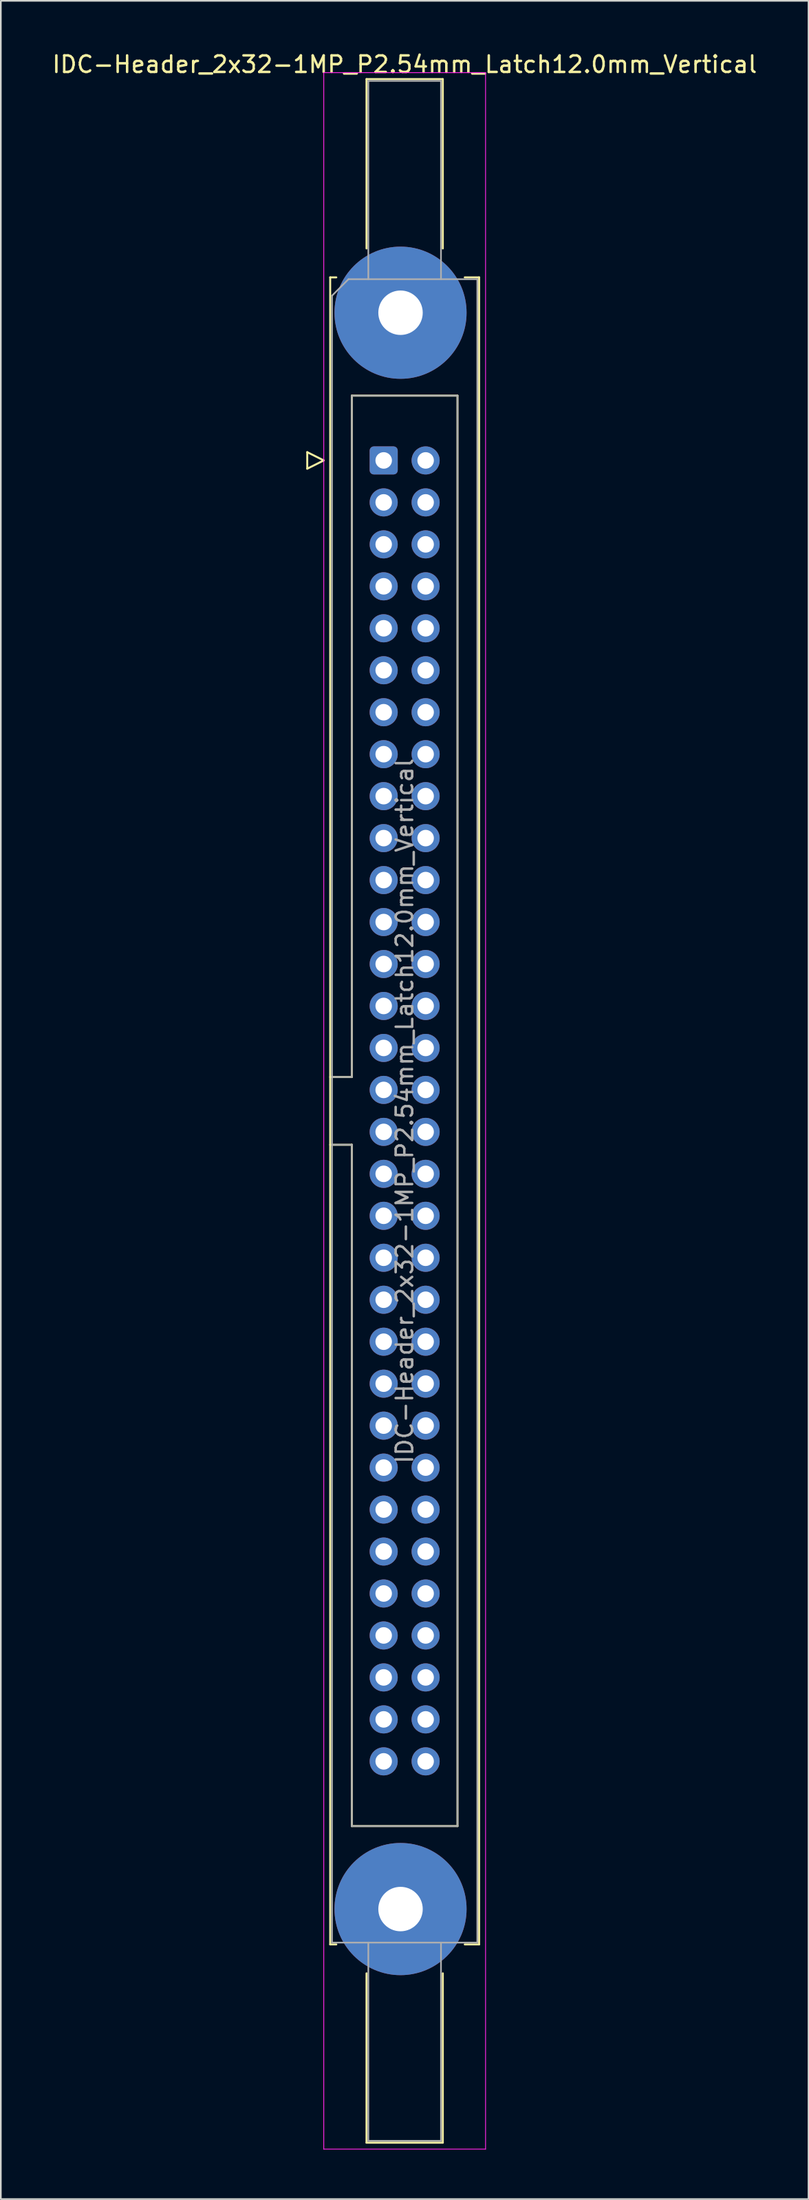
<source format=kicad_pcb>
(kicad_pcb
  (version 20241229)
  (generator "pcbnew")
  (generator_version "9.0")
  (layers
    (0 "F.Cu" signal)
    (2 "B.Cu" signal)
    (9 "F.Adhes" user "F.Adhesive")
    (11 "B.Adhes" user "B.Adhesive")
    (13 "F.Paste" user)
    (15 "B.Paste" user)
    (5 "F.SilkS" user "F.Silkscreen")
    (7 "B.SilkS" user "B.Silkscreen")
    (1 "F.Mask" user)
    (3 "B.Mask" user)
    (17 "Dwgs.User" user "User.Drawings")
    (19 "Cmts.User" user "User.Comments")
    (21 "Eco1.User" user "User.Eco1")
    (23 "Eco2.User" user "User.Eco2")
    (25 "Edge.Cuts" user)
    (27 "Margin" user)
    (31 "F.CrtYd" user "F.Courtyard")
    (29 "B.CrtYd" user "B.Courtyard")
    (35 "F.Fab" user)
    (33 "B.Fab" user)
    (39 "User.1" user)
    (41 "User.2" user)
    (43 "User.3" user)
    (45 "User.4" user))
  (footprint "IDC-Header_2x32-1MP_P2.54mm_Latch12.0mm_Vertical"
    (layer "F.Cu")
    (at 20.188 24.818)
    (property "Reference" "IDC-Header_2x32-1MP_P2.54mm_Latch12.0mm_Vertical" (at 1.27 -23.97 0) (layer "F.SilkS") (effects (font (size 1 1) (thickness 0.15))))
    (attr through_hole)
    (fp_line (start -4.63 -0.5) (end -4.63 0.5) (stroke (width 0.12) (type solid)) (layer "F.SilkS"))
    (fp_line (start -4.63 0.5) (end -3.63 0) (stroke (width 0.12) (type solid)) (layer "F.SilkS"))
    (fp_line (start -3.63 0) (end -4.63 -0.5) (stroke (width 0.12) (type solid)) (layer "F.SilkS"))
    (fp_line (start -3.24 -11.08) (end -3.24 89.82) (stroke (width 0.12) (type solid)) (layer "F.SilkS"))
    (fp_line (start -3.24 37.32) (end -1.93 37.32) (stroke (width 0.12) (type solid)) (layer "F.SilkS"))
    (fp_line (start -3.24 89.82) (end -2.87 89.82) (stroke (width 0.12) (type solid)) (layer "F.SilkS"))
    (fp_line (start -2.87 -11.08) (end -3.24 -11.08) (stroke (width 0.12) (type solid)) (layer "F.SilkS"))
    (fp_line (start -1.93 -3.92) (end 4.47 -3.92) (stroke (width 0.12) (type solid)) (layer "F.SilkS"))
    (fp_line (start -1.93 37.32) (end -1.93 -3.92) (stroke (width 0.12) (type solid)) (layer "F.SilkS"))
    (fp_line (start -1.93 41.42) (end -3.24 41.42) (stroke (width 0.12) (type solid)) (layer "F.SilkS"))
    (fp_line (start -1.93 41.42) (end -1.93 41.42) (stroke (width 0.12) (type solid)) (layer "F.SilkS"))
    (fp_line (start -1.93 82.66) (end -1.93 41.42) (stroke (width 0.12) (type solid)) (layer "F.SilkS"))
    (fp_line (start -1.04 -23.08) (end 3.58 -23.08) (stroke (width 0.12) (type solid)) (layer "F.SilkS"))
    (fp_line (start -1.04 -12.83) (end -1.04 -23.08) (stroke (width 0.12) (type solid)) (layer "F.SilkS"))
    (fp_line (start -1.04 91.57) (end -1.04 101.82) (stroke (width 0.12) (type solid)) (layer "F.SilkS"))
    (fp_line (start -1.04 101.82) (end 3.58 101.82) (stroke (width 0.12) (type solid)) (layer "F.SilkS"))
    (fp_line (start 3.58 -23.08) (end 3.58 -12.83) (stroke (width 0.12) (type solid)) (layer "F.SilkS"))
    (fp_line (start 3.58 101.82) (end 3.58 91.57) (stroke (width 0.12) (type solid)) (layer "F.SilkS"))
    (fp_line (start 4.47 -3.92) (end 4.47 82.66) (stroke (width 0.12) (type solid)) (layer "F.SilkS"))
    (fp_line (start 4.47 82.66) (end -1.93 82.66) (stroke (width 0.12) (type solid)) (layer "F.SilkS"))
    (fp_line (start 4.91 -11.08) (end 5.78 -11.08) (stroke (width 0.12) (type solid)) (layer "F.SilkS"))
    (fp_line (start 5.78 -11.08) (end 5.78 89.82) (stroke (width 0.12) (type solid)) (layer "F.SilkS"))
    (fp_line (start 5.78 89.82) (end 4.91 89.82) (stroke (width 0.12) (type solid)) (layer "F.SilkS"))
    (fp_line (start -3.63 -23.47) (end -3.63 102.21) (stroke (width 0.05) (type solid)) (layer "F.CrtYd"))
    (fp_line (start -3.63 102.21) (end 6.17 102.21) (stroke (width 0.05) (type solid)) (layer "F.CrtYd"))
    (fp_line (start 6.17 -23.47) (end -3.63 -23.47) (stroke (width 0.05) (type solid)) (layer "F.CrtYd"))
    (fp_line (start 6.17 102.21) (end 6.17 -23.47) (stroke (width 0.05) (type solid)) (layer "F.CrtYd"))
    (fp_line (start -3.13 -9.97) (end -2.13 -10.97) (stroke (width 0.1) (type solid)) (layer "F.Fab"))
    (fp_line (start -3.13 37.32) (end -1.93 37.32) (stroke (width 0.1) (type solid)) (layer "F.Fab"))
    (fp_line (start -3.13 89.71) (end -3.13 -9.97) (stroke (width 0.1) (type solid)) (layer "F.Fab"))
    (fp_line (start -2.13 -10.97) (end 5.67 -10.97) (stroke (width 0.1) (type solid)) (layer "F.Fab"))
    (fp_line (start -1.93 -3.92) (end 4.47 -3.92) (stroke (width 0.1) (type solid)) (layer "F.Fab"))
    (fp_line (start -1.93 37.32) (end -1.93 -3.92) (stroke (width 0.1) (type solid)) (layer "F.Fab"))
    (fp_line (start -1.93 41.42) (end -3.13 41.42) (stroke (width 0.1) (type solid)) (layer "F.Fab"))
    (fp_line (start -1.93 41.42) (end -1.93 41.42) (stroke (width 0.1) (type solid)) (layer "F.Fab"))
    (fp_line (start -1.93 82.66) (end -1.93 41.42) (stroke (width 0.1) (type solid)) (layer "F.Fab"))
    (fp_line (start -0.93 -22.97) (end 3.47 -22.97) (stroke (width 0.1) (type solid)) (layer "F.Fab"))
    (fp_line (start -0.93 -10.97) (end -0.93 -22.97) (stroke (width 0.1) (type solid)) (layer "F.Fab"))
    (fp_line (start -0.93 89.71) (end -0.93 101.71) (stroke (width 0.1) (type solid)) (layer "F.Fab"))
    (fp_line (start -0.93 101.71) (end 3.47 101.71) (stroke (width 0.1) (type solid)) (layer "F.Fab"))
    (fp_line (start 3.47 -22.97) (end 3.47 -10.97) (stroke (width 0.1) (type solid)) (layer "F.Fab"))
    (fp_line (start 3.47 101.71) (end 3.47 89.71) (stroke (width 0.1) (type solid)) (layer "F.Fab"))
    (fp_line (start 4.47 -3.92) (end 4.47 82.66) (stroke (width 0.1) (type solid)) (layer "F.Fab"))
    (fp_line (start 4.47 82.66) (end -1.93 82.66) (stroke (width 0.1) (type solid)) (layer "F.Fab"))
    (fp_line (start 5.67 -10.97) (end 5.67 89.71) (stroke (width 0.1) (type solid)) (layer "F.Fab"))
    (fp_line (start 5.67 89.71) (end -3.13 89.71) (stroke (width 0.1) (type solid)) (layer "F.Fab"))
    (fp_text user "${REFERENCE}" (at 1.27 39.37 90) (layer "F.Fab") (effects (font (size 1 1) (thickness 0.15))))
    (pad "1" thru_hole roundrect (at 0 0) (size 1.7 1.7) (drill 1) (layers "*.Cu" "*.Mask") (roundrect_rratio 0.147))
    (pad "2" thru_hole circle (at 2.54 0) (size 1.7 1.7) (drill 1) (layers "*.Cu" "*.Mask"))
    (pad "3" thru_hole circle (at 0 2.54) (size 1.7 1.7) (drill 1) (layers "*.Cu" "*.Mask"))
    (pad "4" thru_hole circle (at 2.54 2.54) (size 1.7 1.7) (drill 1) (layers "*.Cu" "*.Mask"))
    (pad "5" thru_hole circle (at 0 5.08) (size 1.7 1.7) (drill 1) (layers "*.Cu" "*.Mask"))
    (pad "6" thru_hole circle (at 2.54 5.08) (size 1.7 1.7) (drill 1) (layers "*.Cu" "*.Mask"))
    (pad "7" thru_hole circle (at 0 7.62) (size 1.7 1.7) (drill 1) (layers "*.Cu" "*.Mask"))
    (pad "8" thru_hole circle (at 2.54 7.62) (size 1.7 1.7) (drill 1) (layers "*.Cu" "*.Mask"))
    (pad "9" thru_hole circle (at 0 10.16) (size 1.7 1.7) (drill 1) (layers "*.Cu" "*.Mask"))
    (pad "10" thru_hole circle (at 2.54 10.16) (size 1.7 1.7) (drill 1) (layers "*.Cu" "*.Mask"))
    (pad "11" thru_hole circle (at 0 12.7) (size 1.7 1.7) (drill 1) (layers "*.Cu" "*.Mask"))
    (pad "12" thru_hole circle (at 2.54 12.7) (size 1.7 1.7) (drill 1) (layers "*.Cu" "*.Mask"))
    (pad "13" thru_hole circle (at 0 15.24) (size 1.7 1.7) (drill 1) (layers "*.Cu" "*.Mask"))
    (pad "14" thru_hole circle (at 2.54 15.24) (size 1.7 1.7) (drill 1) (layers "*.Cu" "*.Mask"))
    (pad "15" thru_hole circle (at 0 17.78) (size 1.7 1.7) (drill 1) (layers "*.Cu" "*.Mask"))
    (pad "16" thru_hole circle (at 2.54 17.78) (size 1.7 1.7) (drill 1) (layers "*.Cu" "*.Mask"))
    (pad "17" thru_hole circle (at 0 20.32) (size 1.7 1.7) (drill 1) (layers "*.Cu" "*.Mask"))
    (pad "18" thru_hole circle (at 2.54 20.32) (size 1.7 1.7) (drill 1) (layers "*.Cu" "*.Mask"))
    (pad "19" thru_hole circle (at 0 22.86) (size 1.7 1.7) (drill 1) (layers "*.Cu" "*.Mask"))
    (pad "20" thru_hole circle (at 2.54 22.86) (size 1.7 1.7) (drill 1) (layers "*.Cu" "*.Mask"))
    (pad "21" thru_hole circle (at 0 25.4) (size 1.7 1.7) (drill 1) (layers "*.Cu" "*.Mask"))
    (pad "22" thru_hole circle (at 2.54 25.4) (size 1.7 1.7) (drill 1) (layers "*.Cu" "*.Mask"))
    (pad "23" thru_hole circle (at 0 27.94) (size 1.7 1.7) (drill 1) (layers "*.Cu" "*.Mask"))
    (pad "24" thru_hole circle (at 2.54 27.94) (size 1.7 1.7) (drill 1) (layers "*.Cu" "*.Mask"))
    (pad "25" thru_hole circle (at 0 30.48) (size 1.7 1.7) (drill 1) (layers "*.Cu" "*.Mask"))
    (pad "26" thru_hole circle (at 2.54 30.48) (size 1.7 1.7) (drill 1) (layers "*.Cu" "*.Mask"))
    (pad "27" thru_hole circle (at 0 33.02) (size 1.7 1.7) (drill 1) (layers "*.Cu" "*.Mask"))
    (pad "28" thru_hole circle (at 2.54 33.02) (size 1.7 1.7) (drill 1) (layers "*.Cu" "*.Mask"))
    (pad "29" thru_hole circle (at 0 35.56) (size 1.7 1.7) (drill 1) (layers "*.Cu" "*.Mask"))
    (pad "30" thru_hole circle (at 2.54 35.56) (size 1.7 1.7) (drill 1) (layers "*.Cu" "*.Mask"))
    (pad "31" thru_hole circle (at 0 38.1) (size 1.7 1.7) (drill 1) (layers "*.Cu" "*.Mask"))
    (pad "32" thru_hole circle (at 2.54 38.1) (size 1.7 1.7) (drill 1) (layers "*.Cu" "*.Mask"))
    (pad "33" thru_hole circle (at 0 40.64) (size 1.7 1.7) (drill 1) (layers "*.Cu" "*.Mask"))
    (pad "34" thru_hole circle (at 2.54 40.64) (size 1.7 1.7) (drill 1) (layers "*.Cu" "*.Mask"))
    (pad "35" thru_hole circle (at 0 43.18) (size 1.7 1.7) (drill 1) (layers "*.Cu" "*.Mask"))
    (pad "36" thru_hole circle (at 2.54 43.18) (size 1.7 1.7) (drill 1) (layers "*.Cu" "*.Mask"))
    (pad "37" thru_hole circle (at 0 45.72) (size 1.7 1.7) (drill 1) (layers "*.Cu" "*.Mask"))
    (pad "38" thru_hole circle (at 2.54 45.72) (size 1.7 1.7) (drill 1) (layers "*.Cu" "*.Mask"))
    (pad "39" thru_hole circle (at 0 48.26) (size 1.7 1.7) (drill 1) (layers "*.Cu" "*.Mask"))
    (pad "40" thru_hole circle (at 2.54 48.26) (size 1.7 1.7) (drill 1) (layers "*.Cu" "*.Mask"))
    (pad "41" thru_hole circle (at 0 50.8) (size 1.7 1.7) (drill 1) (layers "*.Cu" "*.Mask"))
    (pad "42" thru_hole circle (at 2.54 50.8) (size 1.7 1.7) (drill 1) (layers "*.Cu" "*.Mask"))
    (pad "43" thru_hole circle (at 0 53.34) (size 1.7 1.7) (drill 1) (layers "*.Cu" "*.Mask"))
    (pad "44" thru_hole circle (at 2.54 53.34) (size 1.7 1.7) (drill 1) (layers "*.Cu" "*.Mask"))
    (pad "45" thru_hole circle (at 0 55.88) (size 1.7 1.7) (drill 1) (layers "*.Cu" "*.Mask"))
    (pad "46" thru_hole circle (at 2.54 55.88) (size 1.7 1.7) (drill 1) (layers "*.Cu" "*.Mask"))
    (pad "47" thru_hole circle (at 0 58.42) (size 1.7 1.7) (drill 1) (layers "*.Cu" "*.Mask"))
    (pad "48" thru_hole circle (at 2.54 58.42) (size 1.7 1.7) (drill 1) (layers "*.Cu" "*.Mask"))
    (pad "49" thru_hole circle (at 0 60.96) (size 1.7 1.7) (drill 1) (layers "*.Cu" "*.Mask"))
    (pad "50" thru_hole circle (at 2.54 60.96) (size 1.7 1.7) (drill 1) (layers "*.Cu" "*.Mask"))
    (pad "51" thru_hole circle (at 0 63.5) (size 1.7 1.7) (drill 1) (layers "*.Cu" "*.Mask"))
    (pad "52" thru_hole circle (at 2.54 63.5) (size 1.7 1.7) (drill 1) (layers "*.Cu" "*.Mask"))
    (pad "53" thru_hole circle (at 0 66.04) (size 1.7 1.7) (drill 1) (layers "*.Cu" "*.Mask"))
    (pad "54" thru_hole circle (at 2.54 66.04) (size 1.7 1.7) (drill 1) (layers "*.Cu" "*.Mask"))
    (pad "55" thru_hole circle (at 0 68.58) (size 1.7 1.7) (drill 1) (layers "*.Cu" "*.Mask"))
    (pad "56" thru_hole circle (at 2.54 68.58) (size 1.7 1.7) (drill 1) (layers "*.Cu" "*.Mask"))
    (pad "57" thru_hole circle (at 0 71.12) (size 1.7 1.7) (drill 1) (layers "*.Cu" "*.Mask"))
    (pad "58" thru_hole circle (at 2.54 71.12) (size 1.7 1.7) (drill 1) (layers "*.Cu" "*.Mask"))
    (pad "59" thru_hole circle (at 0 73.66) (size 1.7 1.7) (drill 1) (layers "*.Cu" "*.Mask"))
    (pad "60" thru_hole circle (at 2.54 73.66) (size 1.7 1.7) (drill 1) (layers "*.Cu" "*.Mask"))
    (pad "61" thru_hole circle (at 0 76.2) (size 1.7 1.7) (drill 1) (layers "*.Cu" "*.Mask"))
    (pad "62" thru_hole circle (at 2.54 76.2) (size 1.7 1.7) (drill 1) (layers "*.Cu" "*.Mask"))
    (pad "63" thru_hole circle (at 0 78.74) (size 1.7 1.7) (drill 1) (layers "*.Cu" "*.Mask"))
    (pad "64" thru_hole circle (at 2.54 78.74) (size 1.7 1.7) (drill 1) (layers "*.Cu" "*.Mask"))
    (pad "MP" thru_hole circle (at 1.02 -8.94) (size 8 8) (drill 2.69) (layers "*.Cu" "*.Mask"))
    (pad "MP" thru_hole circle (at 1.02 87.68) (size 8 8) (drill 2.69) (layers "*.Cu" "*.Mask")))
  (gr_rect
    (start -3 -3)
    (end 45.917 130.053)
    (stroke (width 0.1) (type default))
    (fill no)
    (layer "Edge.Cuts")))
</source>
